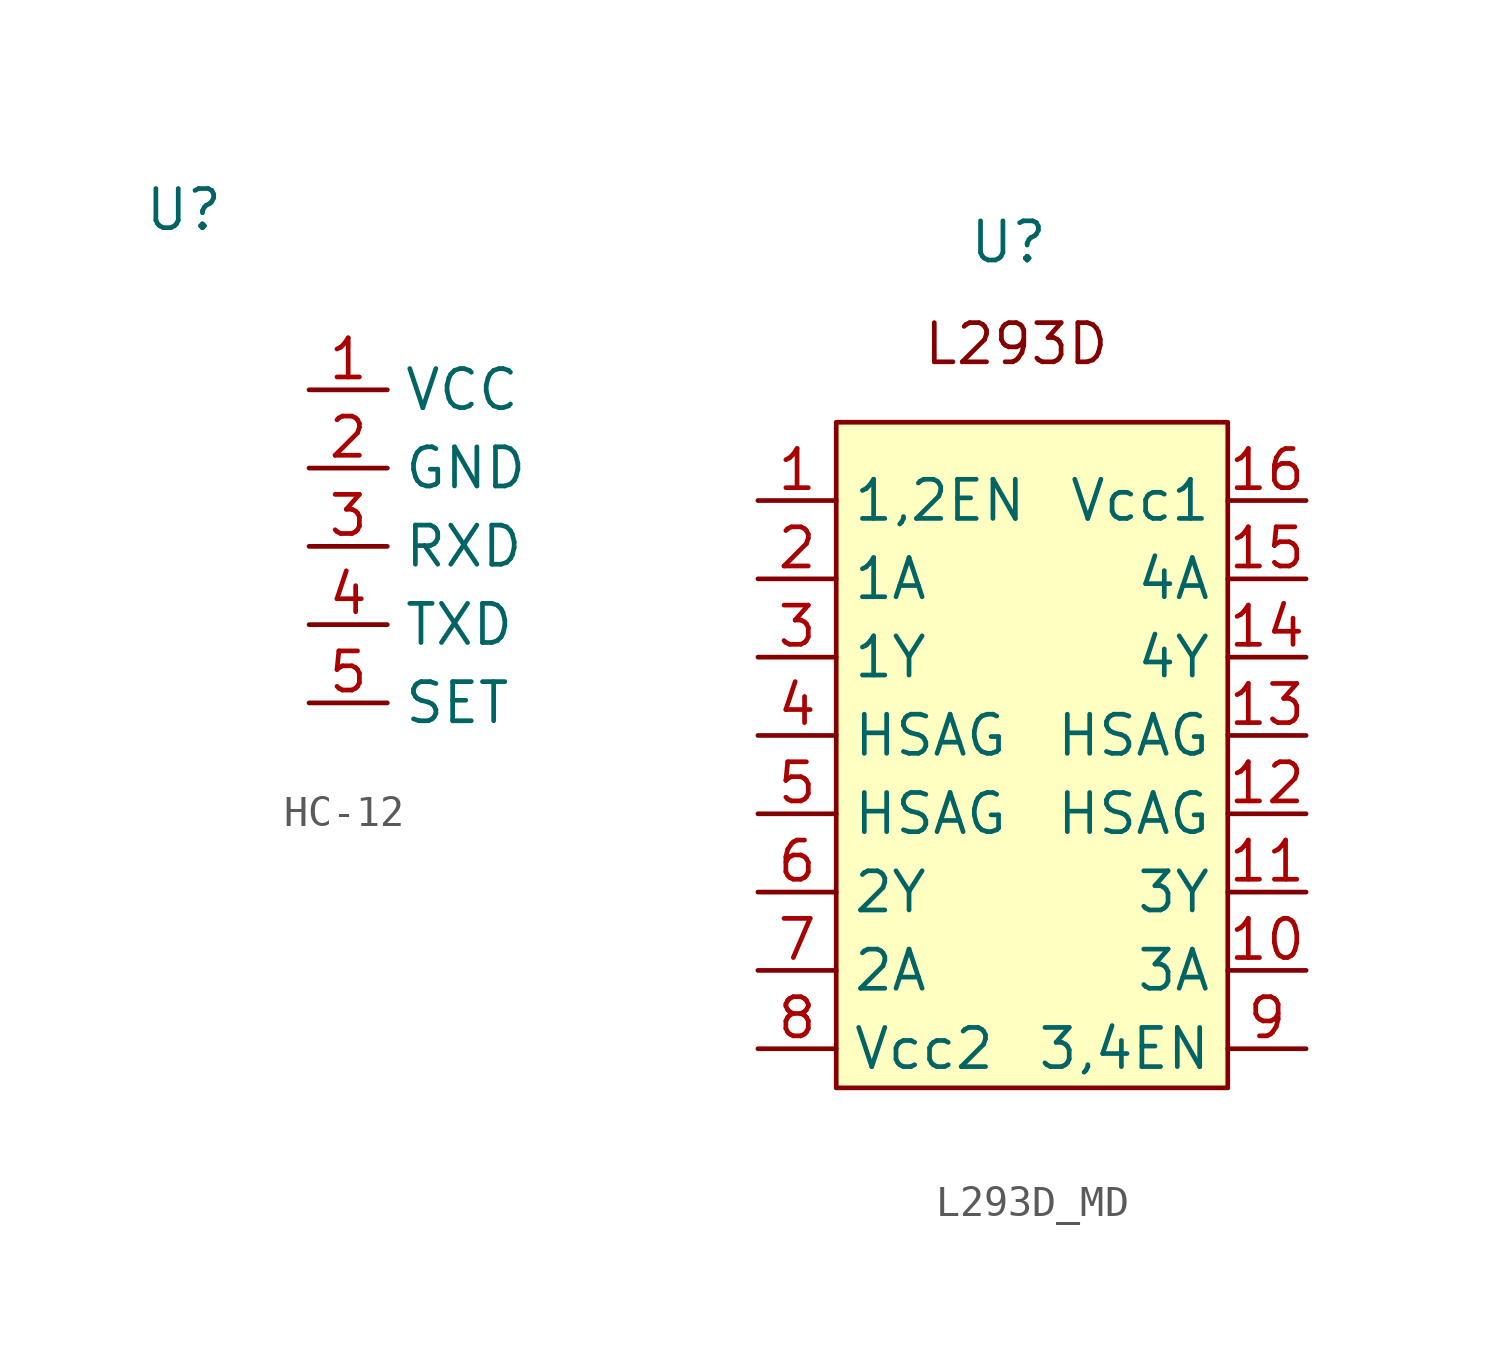
<source format=kicad_sym>
(kicad_symbol_lib
  (version 20231120)
  (generator "kicad_symbol_editor")
  (generator_version "8.0")
  (symbol "HC-12"
    (property "Reference" "U"
      (at -4.064 5.842 0)
      (effects (font (size 1.27 1.27))))
    (property "Value" ""
      (at -4.064 5.842 0)
      (effects (font (size 1.27 1.27))))
    (symbol "HC-12_0_0"
      (pin input line (at 0 0 0) (length 2.54) (name "VCC" (effects (font (size 1.27 1.27)))) (number "1" (effects (font (size 1.27 1.27)))))
      (pin output line (at 0 -2.54 0) (length 2.54) (name "GND" (effects (font (size 1.27 1.27)))) (number "2" (effects (font (size 1.27 1.27)))))
      (pin input line (at 0 -5.08 0) (length 2.54) (name "RXD" (effects (font (size 1.27 1.27)))) (number "3" (effects (font (size 1.27 1.27)))))
      (pin output line (at 0 -7.62 0) (length 2.54) (name "TXD" (effects (font (size 1.27 1.27)))) (number "4" (effects (font (size 1.27 1.27)))))
      (pin input line (at 0 -10.16 0) (length 2.54) (name "SET" (effects (font (size 1.27 1.27)))) (number "5" (effects (font (size 1.27 1.27)))))))
  (symbol "L293D_MD"
    (property "Reference" "U"
      (at 8.128 8.382 0)
      (effects (font (size 1.27 1.27))))
    (property "Value" ""
      (at 0 0 0)
      (effects (font (size 1.27 1.27))))
    (symbol "L293D_MD_0_0"
      (pin input line (at 0 0 0) (length 2.54) (name "1,2EN" (effects (font (size 1.27 1.27)))) (number "1" (effects (font (size 1.27 1.27)))))
      (pin input line (at 17.78 -15.24 180) (length 2.54) (name "3A" (effects (font (size 1.27 1.27)))) (number "10" (effects (font (size 1.27 1.27)))))
      (pin output line (at 17.78 -12.7 180) (length 2.54) (name "3Y" (effects (font (size 1.27 1.27)))) (number "11" (effects (font (size 1.27 1.27)))))
      (pin output line (at 17.78 -10.16 180) (length 2.54) (name "HSAG" (effects (font (size 1.27 1.27)))) (number "12" (effects (font (size 1.27 1.27)))))
      (pin output line (at 17.78 -7.62 180) (length 2.54) (name "HSAG" (effects (font (size 1.27 1.27)))) (number "13" (effects (font (size 1.27 1.27)))))
      (pin output line (at 17.78 -5.08 180) (length 2.54) (name "4Y" (effects (font (size 1.27 1.27)))) (number "14" (effects (font (size 1.27 1.27)))))
      (pin input line (at 17.78 -2.54 180) (length 2.54) (name "4A" (effects (font (size 1.27 1.27)))) (number "15" (effects (font (size 1.27 1.27)))))
      (pin input line (at 17.78 0 180) (length 2.54) (name "Vcc1" (effects (font (size 1.27 1.27)))) (number "16" (effects (font (size 1.27 1.27)))))
      (pin input line (at 0 -2.54 0) (length 2.54) (name "1A" (effects (font (size 1.27 1.27)))) (number "2" (effects (font (size 1.27 1.27)))))
      (pin output line (at 0 -5.08 0) (length 2.54) (name "1Y" (effects (font (size 1.27 1.27)))) (number "3" (effects (font (size 1.27 1.27)))))
      (pin output line (at 0 -7.62 0) (length 2.54) (name "HSAG" (effects (font (size 1.27 1.27)))) (number "4" (effects (font (size 1.27 1.27)))))
      (pin output line (at 0 -10.16 0) (length 2.54) (name "HSAG" (effects (font (size 1.27 1.27)))) (number "5" (effects (font (size 1.27 1.27)))))
      (pin output line (at 0 -12.7 0) (length 2.54) (name "2Y" (effects (font (size 1.27 1.27)))) (number "6" (effects (font (size 1.27 1.27)))))
      (pin input line (at 0 -15.24 0) (length 2.54) (name "2A" (effects (font (size 1.27 1.27)))) (number "7" (effects (font (size 1.27 1.27)))))
      (pin input line (at 0 -17.78 0) (length 2.54) (name "Vcc2" (effects (font (size 1.27 1.27)))) (number "8" (effects (font (size 1.27 1.27)))))
      (pin input line (at 17.78 -17.78 180) (length 2.54) (name "3,4EN" (effects (font (size 1.27 1.27)))) (number "9" (effects (font (size 1.27 1.27))))))
    (symbol "L293D_MD_1_1"
      (rectangle (start 2.54 2.54) (end 15.24 -19.05) (stroke (width 0) (type default)) (fill (type background)))
      (text "L293D" (at 8.382 5.08 0) (effects (font (size 1.27 1.27)))))))
</source>
